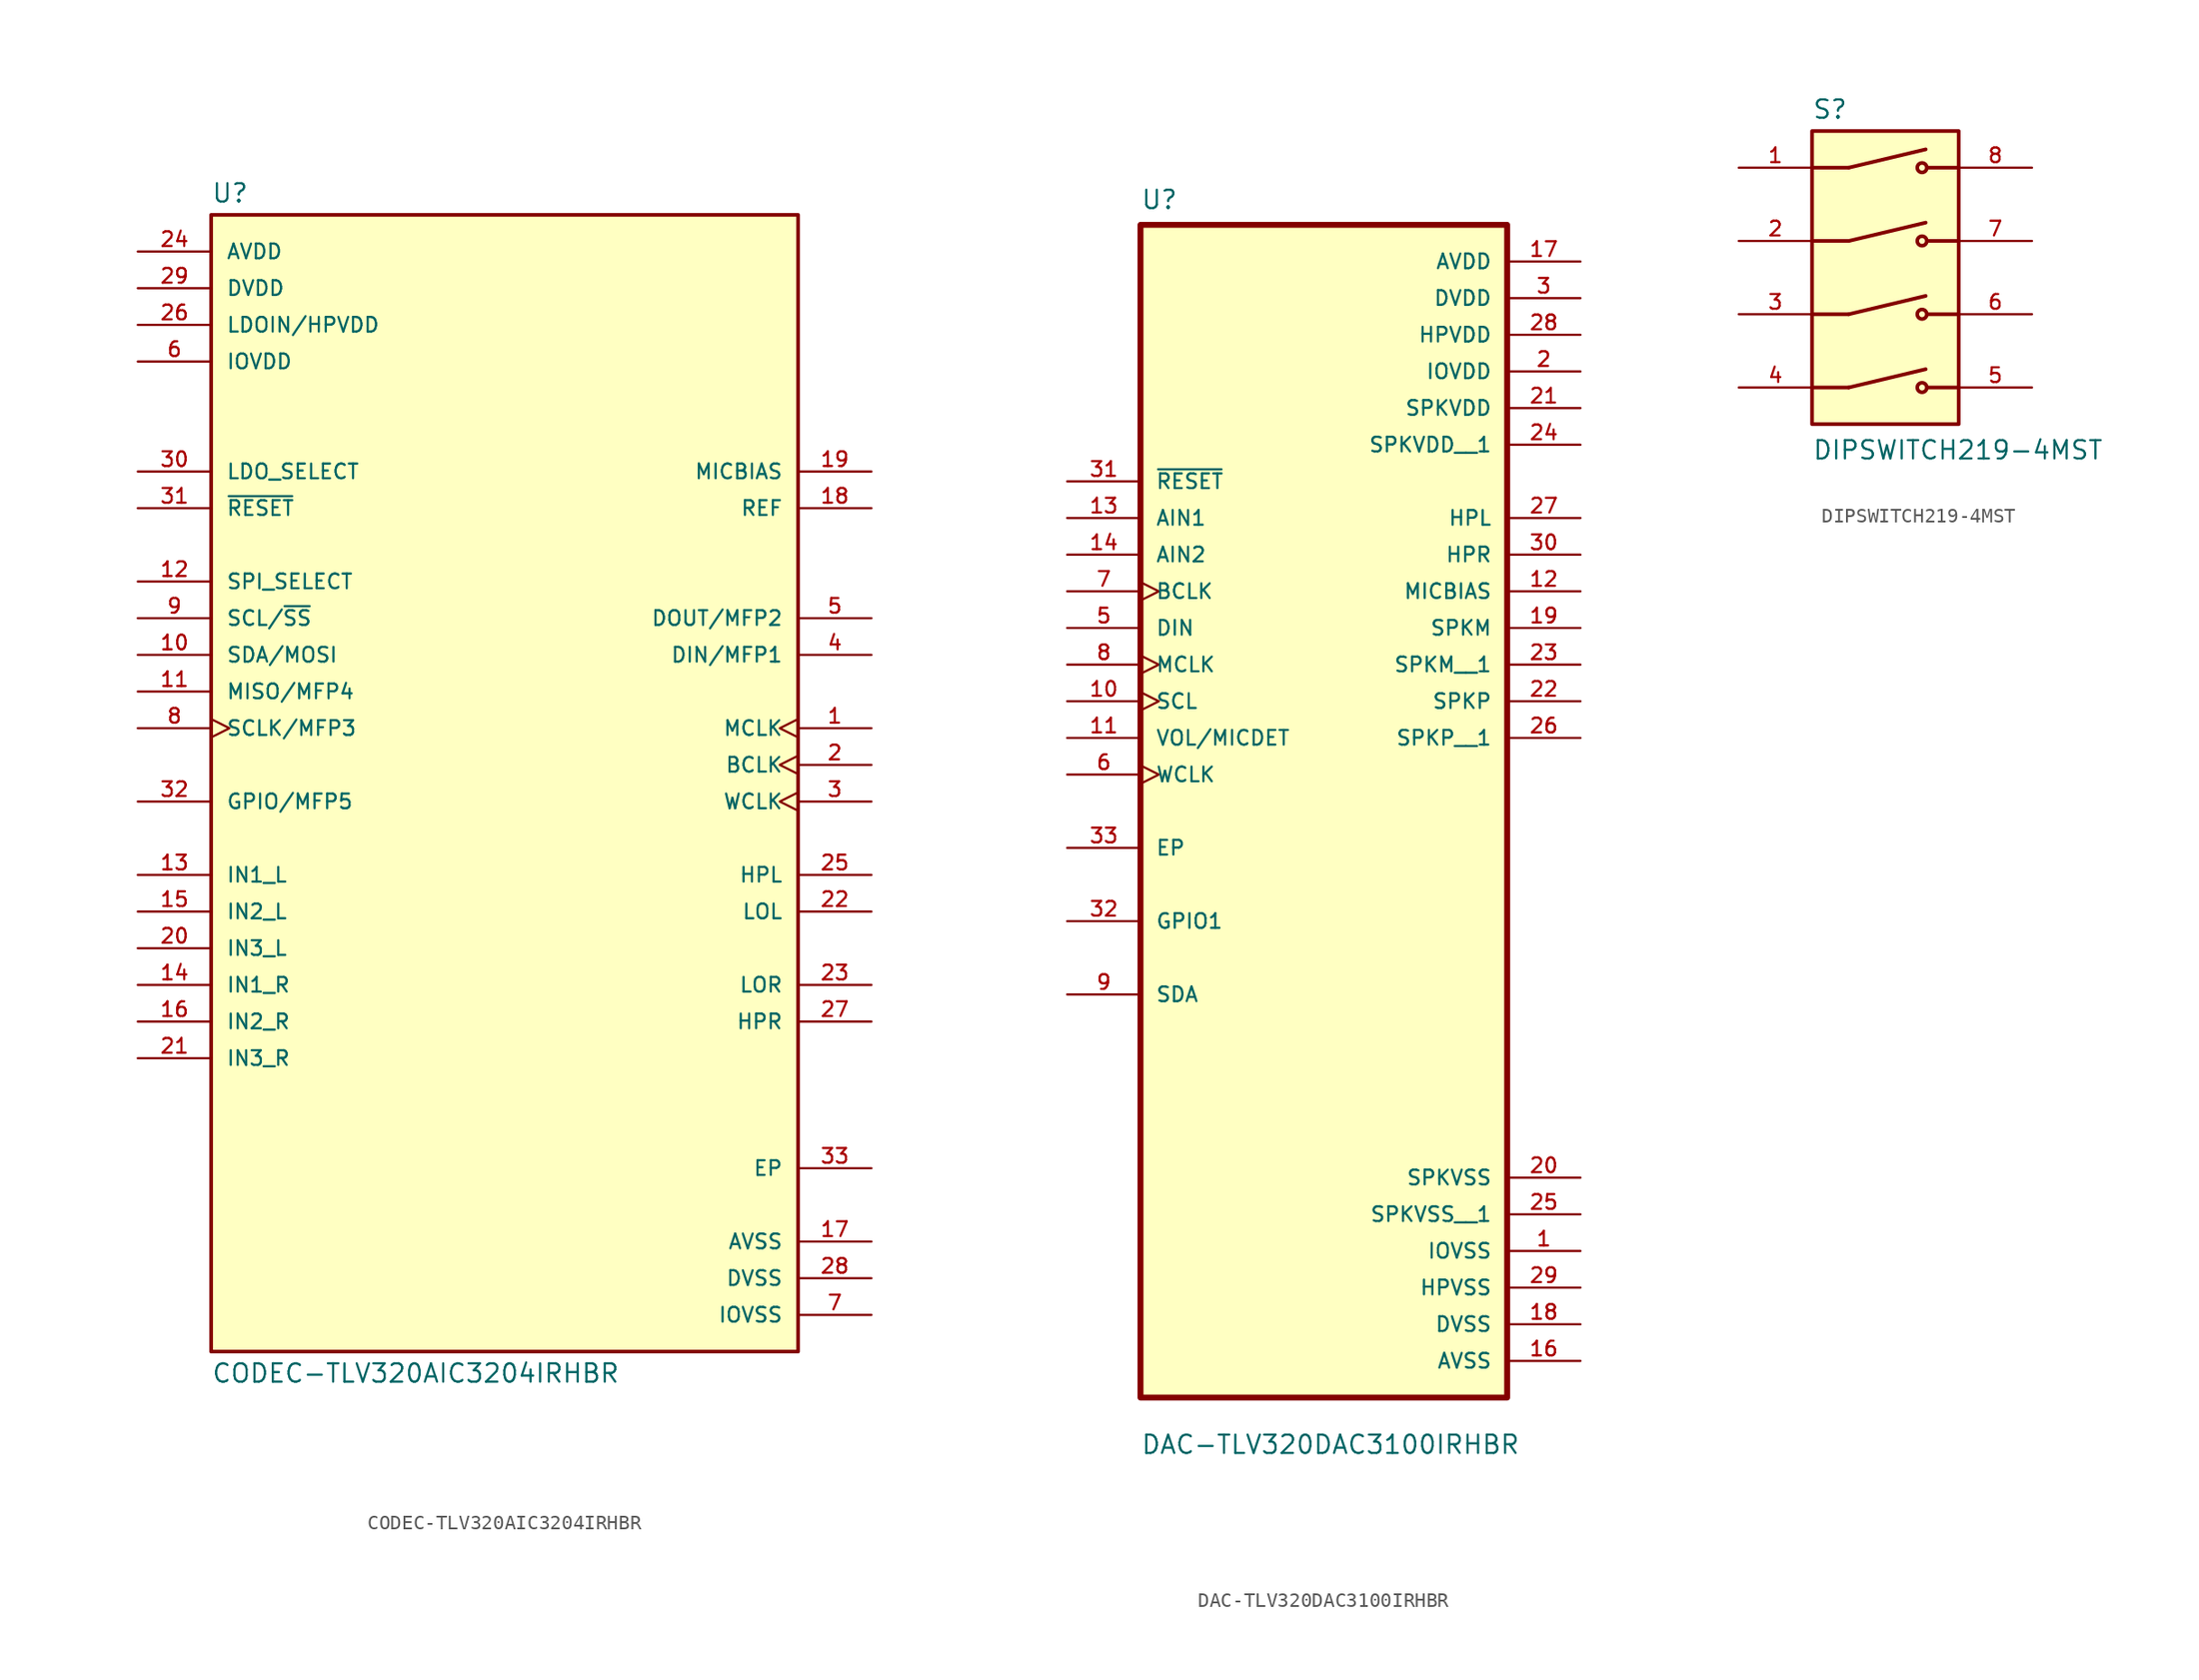
<source format=kicad_sym>
(kicad_symbol_lib
  (version 20241209)
  (generator "kicad_symbol_editor")
  (generator_version "9.0")
  (symbol "CODEC-TLV320AIC3204IRHBR"
    (pin_names
      (offset 1.016))
    (property "Reference" "U"
      (at -20.32 38.862 0)
      (effects (font (size 1.27 1.27)) (justify left bottom)))
    (property "Value" "CODEC-TLV320AIC3204IRHBR"
      (at -20.32 -41.402 0)
      (effects (font (size 1.27 1.27)) (justify left top)))
    (symbol "CODEC-TLV320AIC3204IRHBR_0_0"
      (rectangle (start -20.32 -40.64) (end 20.32 38.1) (stroke (width 0.254) (type default)) (fill (type background)))
      (pin power_in line (at -25.4 35.56 0) (length 5.08) (name "AVDD" (effects (font (size 1.016 1.016)))) (number "24" (effects (font (size 1.016 1.016)))))
      (pin power_in line (at -25.4 33.02 0) (length 5.08) (name "DVDD" (effects (font (size 1.016 1.016)))) (number "29" (effects (font (size 1.016 1.016)))))
      (pin power_in line (at -25.4 30.48 0) (length 5.08) (name "LDOIN/HPVDD" (effects (font (size 1.016 1.016)))) (number "26" (effects (font (size 1.016 1.016)))))
      (pin power_in line (at -25.4 27.94 0) (length 5.08) (name "IOVDD" (effects (font (size 1.016 1.016)))) (number "6" (effects (font (size 1.016 1.016)))))
      (pin input line (at -25.4 20.32 0) (length 5.08) (name "LDO_SELECT" (effects (font (size 1.016 1.016)))) (number "30" (effects (font (size 1.016 1.016)))))
      (pin input line (at -25.4 17.78 0) (length 5.08) (name "~{RESET}" (effects (font (size 1.016 1.016)))) (number "31" (effects (font (size 1.016 1.016)))))
      (pin input line (at -25.4 12.7 0) (length 5.08) (name "SPI_SELECT" (effects (font (size 1.016 1.016)))) (number "12" (effects (font (size 1.016 1.016)))))
      (pin input line (at -25.4 10.16 0) (length 5.08) (name "SCL/~{SS}" (effects (font (size 1.016 1.016)))) (number "9" (effects (font (size 1.016 1.016)))))
      (pin input line (at -25.4 7.62 0) (length 5.08) (name "SDA/MOSI" (effects (font (size 1.016 1.016)))) (number "10" (effects (font (size 1.016 1.016)))))
      (pin output line (at -25.4 5.08 0) (length 5.08) (name "MISO/MFP4" (effects (font (size 1.016 1.016)))) (number "11" (effects (font (size 1.016 1.016)))))
      (pin input clock (at -25.4 2.54 0) (length 5.08) (name "SCLK/MFP3" (effects (font (size 1.016 1.016)))) (number "8" (effects (font (size 1.016 1.016)))))
      (pin input line (at -25.4 -2.54 0) (length 5.08) (name "GPIO/MFP5" (effects (font (size 1.016 1.016)))) (number "32" (effects (font (size 1.016 1.016)))))
      (pin input line (at -25.4 -7.62 0) (length 5.08) (name "IN1_L" (effects (font (size 1.016 1.016)))) (number "13" (effects (font (size 1.016 1.016)))))
      (pin input line (at -25.4 -10.16 0) (length 5.08) (name "IN2_L" (effects (font (size 1.016 1.016)))) (number "15" (effects (font (size 1.016 1.016)))))
      (pin input line (at -25.4 -12.7 0) (length 5.08) (name "IN3_L" (effects (font (size 1.016 1.016)))) (number "20" (effects (font (size 1.016 1.016)))))
      (pin input line (at -25.4 -15.24 0) (length 5.08) (name "IN1_R" (effects (font (size 1.016 1.016)))) (number "14" (effects (font (size 1.016 1.016)))))
      (pin input line (at -25.4 -17.78 0) (length 5.08) (name "IN2_R" (effects (font (size 1.016 1.016)))) (number "16" (effects (font (size 1.016 1.016)))))
      (pin input line (at -25.4 -20.32 0) (length 5.08) (name "IN3_R" (effects (font (size 1.016 1.016)))) (number "21" (effects (font (size 1.016 1.016)))))
      (pin output line (at 25.4 20.32 180) (length 5.08) (name "MICBIAS" (effects (font (size 1.016 1.016)))) (number "19" (effects (font (size 1.016 1.016)))))
      (pin output line (at 25.4 17.78 180) (length 5.08) (name "REF" (effects (font (size 1.016 1.016)))) (number "18" (effects (font (size 1.016 1.016)))))
      (pin output line (at 25.4 10.16 180) (length 5.08) (name "DOUT/MFP2" (effects (font (size 1.016 1.016)))) (number "5" (effects (font (size 1.016 1.016)))))
      (pin input line (at 25.4 7.62 180) (length 5.08) (name "DIN/MFP1" (effects (font (size 1.016 1.016)))) (number "4" (effects (font (size 1.016 1.016)))))
      (pin input clock (at 25.4 2.54 180) (length 5.08) (name "MCLK" (effects (font (size 1.016 1.016)))) (number "1" (effects (font (size 1.016 1.016)))))
      (pin bidirectional clock (at 25.4 0 180) (length 5.08) (name "BCLK" (effects (font (size 1.016 1.016)))) (number "2" (effects (font (size 1.016 1.016)))))
      (pin bidirectional clock (at 25.4 -2.54 180) (length 5.08) (name "WCLK" (effects (font (size 1.016 1.016)))) (number "3" (effects (font (size 1.016 1.016)))))
      (pin output line (at 25.4 -7.62 180) (length 5.08) (name "HPL" (effects (font (size 1.016 1.016)))) (number "25" (effects (font (size 1.016 1.016)))))
      (pin output line (at 25.4 -10.16 180) (length 5.08) (name "LOL" (effects (font (size 1.016 1.016)))) (number "22" (effects (font (size 1.016 1.016)))))
      (pin output line (at 25.4 -15.24 180) (length 5.08) (name "LOR" (effects (font (size 1.016 1.016)))) (number "23" (effects (font (size 1.016 1.016)))))
      (pin output line (at 25.4 -17.78 180) (length 5.08) (name "HPR" (effects (font (size 1.016 1.016)))) (number "27" (effects (font (size 1.016 1.016)))))
      (pin passive line (at 25.4 -27.94 180) (length 5.08) (name "EP" (effects (font (size 1.016 1.016)))) (number "33" (effects (font (size 1.016 1.016)))))
      (pin power_in line (at 25.4 -33.02 180) (length 5.08) (name "AVSS" (effects (font (size 1.016 1.016)))) (number "17" (effects (font (size 1.016 1.016)))))
      (pin power_in line (at 25.4 -35.56 180) (length 5.08) (name "DVSS" (effects (font (size 1.016 1.016)))) (number "28" (effects (font (size 1.016 1.016)))))
      (pin power_in line (at 25.4 -38.1 180) (length 5.08) (name "IOVSS" (effects (font (size 1.016 1.016)))) (number "7" (effects (font (size 1.016 1.016)))))))
  (symbol "DAC-TLV320DAC3100IRHBR"
    (pin_names
      (offset 1.016))
    (property "Reference" "U"
      (at -12.7 36.56 0)
      (effects (font (size 1.27 1.27)) (justify left bottom)))
    (property "Value" "DAC-TLV320DAC3100IRHBR"
      (at -12.7 -49.72 0)
      (effects (font (size 1.27 1.27)) (justify left bottom)))
    (symbol "DAC-TLV320DAC3100IRHBR_0_0"
      (rectangle (start -12.7 -45.72) (end 12.7 35.56) (stroke (width 0.41) (type default)) (fill (type background)))
      (pin input line (at -17.78 17.78 0) (length 5.08) (name "~{RESET}" (effects (font (size 1.016 1.016)))) (number "31" (effects (font (size 1.016 1.016)))))
      (pin input line (at -17.78 15.24 0) (length 5.08) (name "AIN1" (effects (font (size 1.016 1.016)))) (number "13" (effects (font (size 1.016 1.016)))))
      (pin input line (at -17.78 12.7 0) (length 5.08) (name "AIN2" (effects (font (size 1.016 1.016)))) (number "14" (effects (font (size 1.016 1.016)))))
      (pin input clock (at -17.78 10.16 0) (length 5.08) (name "BCLK" (effects (font (size 1.016 1.016)))) (number "7" (effects (font (size 1.016 1.016)))))
      (pin input line (at -17.78 7.62 0) (length 5.08) (name "DIN" (effects (font (size 1.016 1.016)))) (number "5" (effects (font (size 1.016 1.016)))))
      (pin input clock (at -17.78 5.08 0) (length 5.08) (name "MCLK" (effects (font (size 1.016 1.016)))) (number "8" (effects (font (size 1.016 1.016)))))
      (pin input clock (at -17.78 2.54 0) (length 5.08) (name "SCL" (effects (font (size 1.016 1.016)))) (number "10" (effects (font (size 1.016 1.016)))))
      (pin input line (at -17.78 0 0) (length 5.08) (name "VOL/MICDET" (effects (font (size 1.016 1.016)))) (number "11" (effects (font (size 1.016 1.016)))))
      (pin input clock (at -17.78 -2.54 0) (length 5.08) (name "WCLK" (effects (font (size 1.016 1.016)))) (number "6" (effects (font (size 1.016 1.016)))))
      (pin bidirectional line (at -17.78 -7.62 0) (length 5.08) (name "EP" (effects (font (size 1.016 1.016)))) (number "33" (effects (font (size 1.016 1.016)))))
      (pin bidirectional line (at -17.78 -12.7 0) (length 5.08) (name "GPIO1" (effects (font (size 1.016 1.016)))) (number "32" (effects (font (size 1.016 1.016)))))
      (pin bidirectional line (at -17.78 -17.78 0) (length 5.08) (name "SDA" (effects (font (size 1.016 1.016)))) (number "9" (effects (font (size 1.016 1.016)))))
      (pin power_in line (at 17.78 33.02 180) (length 5.08) (name "AVDD" (effects (font (size 1.016 1.016)))) (number "17" (effects (font (size 1.016 1.016)))))
      (pin power_in line (at 17.78 30.48 180) (length 5.08) (name "DVDD" (effects (font (size 1.016 1.016)))) (number "3" (effects (font (size 1.016 1.016)))))
      (pin power_in line (at 17.78 27.94 180) (length 5.08) (name "HPVDD" (effects (font (size 1.016 1.016)))) (number "28" (effects (font (size 1.016 1.016)))))
      (pin power_in line (at 17.78 25.4 180) (length 5.08) (name "IOVDD" (effects (font (size 1.016 1.016)))) (number "2" (effects (font (size 1.016 1.016)))))
      (pin power_in line (at 17.78 22.86 180) (length 5.08) (name "SPKVDD" (effects (font (size 1.016 1.016)))) (number "21" (effects (font (size 1.016 1.016)))))
      (pin power_in line (at 17.78 20.32 180) (length 5.08) (name "SPKVDD__1" (effects (font (size 1.016 1.016)))) (number "24" (effects (font (size 1.016 1.016)))))
      (pin output line (at 17.78 15.24 180) (length 5.08) (name "HPL" (effects (font (size 1.016 1.016)))) (number "27" (effects (font (size 1.016 1.016)))))
      (pin output line (at 17.78 12.7 180) (length 5.08) (name "HPR" (effects (font (size 1.016 1.016)))) (number "30" (effects (font (size 1.016 1.016)))))
      (pin output line (at 17.78 10.16 180) (length 5.08) (name "MICBIAS" (effects (font (size 1.016 1.016)))) (number "12" (effects (font (size 1.016 1.016)))))
      (pin output line (at 17.78 7.62 180) (length 5.08) (name "SPKM" (effects (font (size 1.016 1.016)))) (number "19" (effects (font (size 1.016 1.016)))))
      (pin output line (at 17.78 5.08 180) (length 5.08) (name "SPKM__1" (effects (font (size 1.016 1.016)))) (number "23" (effects (font (size 1.016 1.016)))))
      (pin output line (at 17.78 2.54 180) (length 5.08) (name "SPKP" (effects (font (size 1.016 1.016)))) (number "22" (effects (font (size 1.016 1.016)))))
      (pin output line (at 17.78 0 180) (length 5.08) (name "SPKP__1" (effects (font (size 1.016 1.016)))) (number "26" (effects (font (size 1.016 1.016)))))
      (pin power_in line (at 17.78 -30.48 180) (length 5.08) (name "SPKVSS" (effects (font (size 1.016 1.016)))) (number "20" (effects (font (size 1.016 1.016)))))
      (pin power_in line (at 17.78 -33.02 180) (length 5.08) (name "SPKVSS__1" (effects (font (size 1.016 1.016)))) (number "25" (effects (font (size 1.016 1.016)))))
      (pin power_in line (at 17.78 -35.56 180) (length 5.08) (name "IOVSS" (effects (font (size 1.016 1.016)))) (number "1" (effects (font (size 1.016 1.016)))))
      (pin power_in line (at 17.78 -38.1 180) (length 5.08) (name "HPVSS" (effects (font (size 1.016 1.016)))) (number "29" (effects (font (size 1.016 1.016)))))
      (pin power_in line (at 17.78 -40.64 180) (length 5.08) (name "DVSS" (effects (font (size 1.016 1.016)))) (number "18" (effects (font (size 1.016 1.016)))))
      (pin power_in line (at 17.78 -43.18 180) (length 5.08) (name "AVSS" (effects (font (size 1.016 1.016)))) (number "16" (effects (font (size 1.016 1.016)))))))
  (symbol "DIPSWITCH219-4MST"
    (pin_names
      (offset 1.016))
    (property "Reference" "S"
      (at -5.08 10.922 0)
      (effects (font (size 1.27 1.27)) (justify left bottom)))
    (property "Value" "DIPSWITCH219-4MST"
      (at -5.08 -12.7 0)
      (effects (font (size 1.27 1.27)) (justify left bottom)))
    (symbol "DIPSWITCH219-4MST_0_0"
      (rectangle (start -5.08 -10.16) (end 5.08 10.16) (stroke (width 0.254) (type default)) (fill (type background)))
      (polyline (pts (xy -2.54 7.62) (xy -5.08 7.62)) (stroke (width 0.254) (type default)) (fill (type none)))
      (polyline (pts (xy -2.54 7.62) (xy 2.794 8.89)) (stroke (width 0.254) (type default)) (fill (type none)))
      (polyline (pts (xy -2.54 2.54) (xy -5.08 2.54)) (stroke (width 0.254) (type default)) (fill (type none)))
      (polyline (pts (xy -2.54 2.54) (xy 2.794 3.81)) (stroke (width 0.254) (type default)) (fill (type none)))
      (polyline (pts (xy -2.54 -2.54) (xy -5.08 -2.54)) (stroke (width 0.254) (type default)) (fill (type none)))
      (polyline (pts (xy -2.54 -2.54) (xy 2.794 -1.27)) (stroke (width 0.254) (type default)) (fill (type none)))
      (polyline (pts (xy -2.54 -7.62) (xy -5.08 -7.62)) (stroke (width 0.254) (type default)) (fill (type none)))
      (polyline (pts (xy -2.54 -7.62) (xy 2.794 -6.35)) (stroke (width 0.254) (type default)) (fill (type none)))
      (circle (center 2.54 7.62) (radius 0.33) (stroke (width 0.254) (type default)) (fill (type none)))
      (circle (center 2.54 2.54) (radius 0.33) (stroke (width 0.254) (type default)) (fill (type none)))
      (circle (center 2.54 -2.54) (radius 0.33) (stroke (width 0.254) (type default)) (fill (type none)))
      (circle (center 2.54 -7.62) (radius 0.33) (stroke (width 0.254) (type default)) (fill (type none)))
      (polyline (pts (xy 5.08 7.62) (xy 2.921 7.62)) (stroke (width 0.254) (type default)) (fill (type none)))
      (polyline (pts (xy 5.08 2.54) (xy 2.921 2.54)) (stroke (width 0.254) (type default)) (fill (type none)))
      (polyline (pts (xy 5.08 -2.54) (xy 2.921 -2.54)) (stroke (width 0.254) (type default)) (fill (type none)))
      (polyline (pts (xy 5.08 -7.62) (xy 2.921 -7.62)) (stroke (width 0.254) (type default)) (fill (type none)))
      (pin passive line (at -10.16 7.62 0) (length 5.08) (name "~" (effects (font (size 1.016 1.016)))) (number "1" (effects (font (size 1.016 1.016)))))
      (pin passive line (at -10.16 2.54 0) (length 5.08) (name "~" (effects (font (size 1.016 1.016)))) (number "2" (effects (font (size 1.016 1.016)))))
      (pin passive line (at -10.16 -2.54 0) (length 5.08) (name "~" (effects (font (size 1.016 1.016)))) (number "3" (effects (font (size 1.016 1.016)))))
      (pin passive line (at -10.16 -7.62 0) (length 5.08) (name "~" (effects (font (size 1.016 1.016)))) (number "4" (effects (font (size 1.016 1.016)))))
      (pin passive line (at 10.16 7.62 180) (length 5.08) (name "~" (effects (font (size 1.016 1.016)))) (number "8" (effects (font (size 1.016 1.016)))))
      (pin passive line (at 10.16 2.54 180) (length 5.08) (name "~" (effects (font (size 1.016 1.016)))) (number "7" (effects (font (size 1.016 1.016)))))
      (pin passive line (at 10.16 -2.54 180) (length 5.08) (name "~" (effects (font (size 1.016 1.016)))) (number "6" (effects (font (size 1.016 1.016)))))
      (pin passive line (at 10.16 -7.62 180) (length 5.08) (name "~" (effects (font (size 1.016 1.016)))) (number "5" (effects (font (size 1.016 1.016))))))))
</source>
